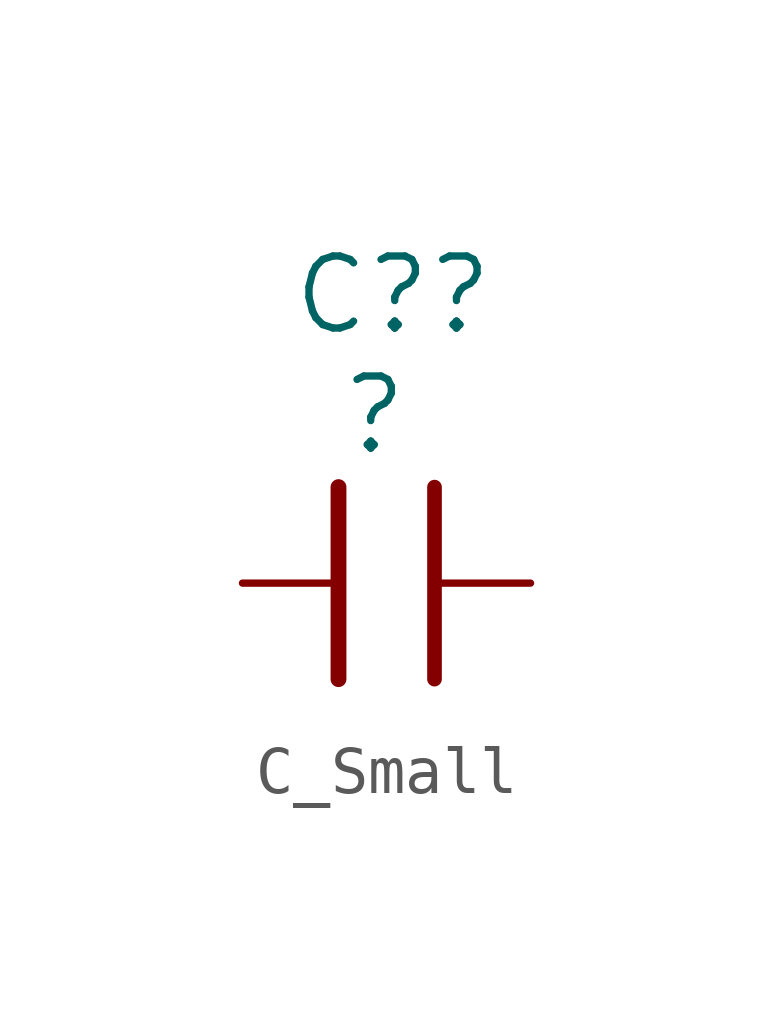
<source format=kicad_sym>
(kicad_symbol_lib
  (version 20220914)
  (generator kicad_symbol_editor)
  (symbol "C_Small"
    (pin_numbers hide)
    (pin_names
      (offset 0.254) hide)
    (property "Reference" "C?"
      (at 1 6 0)
      (effects (font (size 1.5 1.5)) (justify left)))
    (property "Value" "?"
      (at 2 3.5 0)
      (effects (font (size 1.5 1.5)) (justify left)))
    (symbol "C_Small_0_1"
      (polyline (pts (xy 2 2) (xy 2 -2)) (stroke (width 0.33) (type default)) (fill (type none)))
      (polyline (pts (xy 4 2) (xy 4 -2)) (stroke (width 0.305) (type default)) (fill (type none))))
    (symbol "C_Small_1_1"
      (pin passive line (at 6 0 180) (length 2) (name "~" (effects (font (size 1.5 1.5)))) (number "1" (effects (font (size 1.5 1.5)))))
      (pin passive line (at 0 0 0) (length 2) (name "~" (effects (font (size 1.5 1.5)))) (number "2" (effects (font (size 1.5 1.5))))))))
</source>
